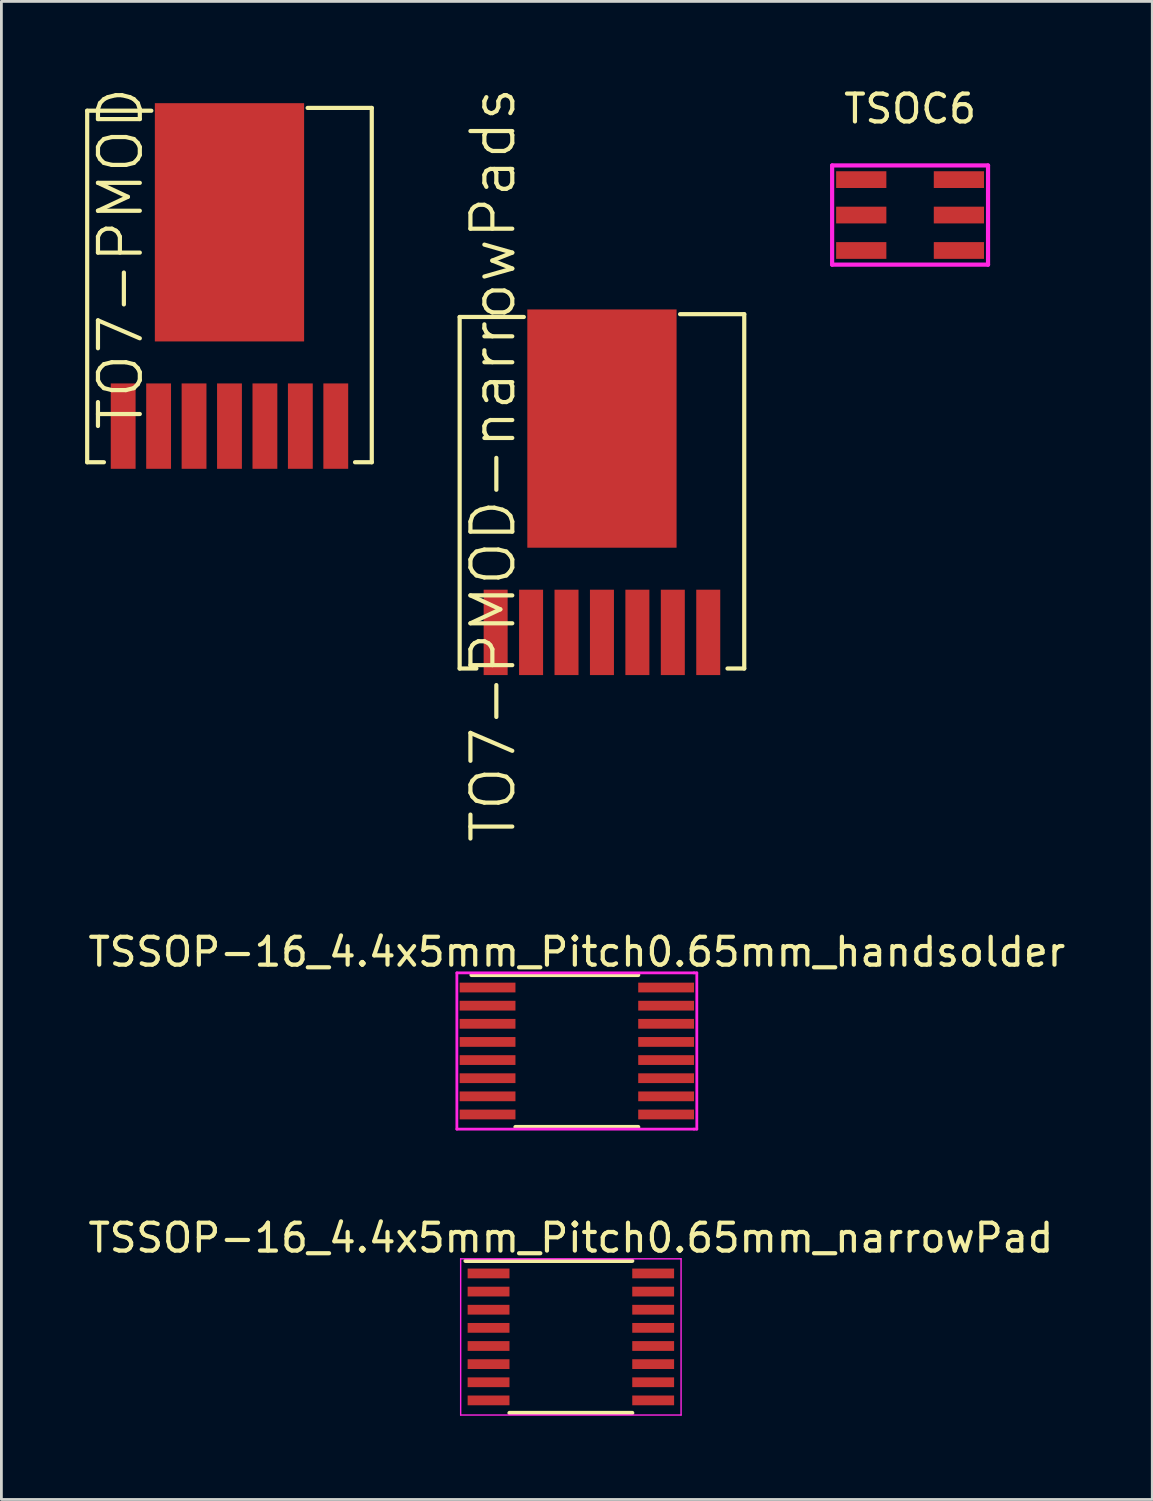
<source format=kicad_pcb>
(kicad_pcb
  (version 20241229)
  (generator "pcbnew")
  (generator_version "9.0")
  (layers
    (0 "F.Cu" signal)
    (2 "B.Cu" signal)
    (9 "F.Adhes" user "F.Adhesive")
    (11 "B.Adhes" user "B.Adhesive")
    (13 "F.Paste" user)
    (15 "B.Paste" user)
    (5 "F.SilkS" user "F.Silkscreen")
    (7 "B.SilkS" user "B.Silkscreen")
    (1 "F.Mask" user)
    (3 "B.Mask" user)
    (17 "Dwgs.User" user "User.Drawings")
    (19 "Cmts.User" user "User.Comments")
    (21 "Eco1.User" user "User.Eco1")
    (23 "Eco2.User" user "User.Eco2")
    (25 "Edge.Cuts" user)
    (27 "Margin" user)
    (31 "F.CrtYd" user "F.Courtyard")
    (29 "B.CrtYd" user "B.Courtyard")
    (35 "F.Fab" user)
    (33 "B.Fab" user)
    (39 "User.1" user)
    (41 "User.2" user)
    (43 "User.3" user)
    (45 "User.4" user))
  (footprint "TSSOP-16_4.4x5mm_Pitch0.65mm_narrowPad"
    (layer "F.Cu")
    (at 17.411 44.868)
    (property "Reference" "TSSOP-16_4.4x5mm_Pitch0.65mm_narrowPad" (at 0 -3.55 0) (layer "F.SilkS") (effects (font (size 1 1) (thickness 0.15))))
    (attr smd)
    (fp_line (start -3.775 -2.725) (end 2.2 -2.725) (stroke (width 0.15) (type solid)) (layer "F.SilkS"))
    (fp_line (start -2.2 2.725) (end 2.2 2.725) (stroke (width 0.15) (type solid)) (layer "F.SilkS"))
    (fp_line (start -3.95 -2.8) (end -3.95 2.8) (stroke (width 0.05) (type solid)) (layer "F.CrtYd"))
    (fp_line (start -3.95 -2.8) (end 3.95 -2.8) (stroke (width 0.05) (type solid)) (layer "F.CrtYd"))
    (fp_line (start -3.95 2.8) (end 3.95 2.8) (stroke (width 0.05) (type solid)) (layer "F.CrtYd"))
    (fp_line (start 3.95 -2.8) (end 3.95 2.8) (stroke (width 0.05) (type solid)) (layer "F.CrtYd"))
    (pad "1" smd rect (at -2.95 -2.275) (size 1.5 0.35) (layers "F.Cu" "F.Mask" "F.Paste"))
    (pad "2" smd rect (at -2.95 -1.625) (size 1.5 0.35) (layers "F.Cu" "F.Mask" "F.Paste"))
    (pad "3" smd rect (at -2.95 -0.975) (size 1.5 0.35) (layers "F.Cu" "F.Mask" "F.Paste"))
    (pad "4" smd rect (at -2.95 -0.325) (size 1.5 0.35) (layers "F.Cu" "F.Mask" "F.Paste"))
    (pad "5" smd rect (at -2.95 0.325) (size 1.5 0.35) (layers "F.Cu" "F.Mask" "F.Paste"))
    (pad "6" smd rect (at -2.95 0.975) (size 1.5 0.35) (layers "F.Cu" "F.Mask" "F.Paste"))
    (pad "7" smd rect (at -2.95 1.625) (size 1.5 0.35) (layers "F.Cu" "F.Mask" "F.Paste"))
    (pad "8" smd rect (at -2.95 2.275) (size 1.5 0.35) (layers "F.Cu" "F.Mask" "F.Paste"))
    (pad "9" smd rect (at 2.95 2.275) (size 1.5 0.35) (layers "F.Cu" "F.Mask" "F.Paste"))
    (pad "10" smd rect (at 2.95 1.625) (size 1.5 0.35) (layers "F.Cu" "F.Mask" "F.Paste"))
    (pad "11" smd rect (at 2.95 0.975) (size 1.5 0.35) (layers "F.Cu" "F.Mask" "F.Paste"))
    (pad "12" smd rect (at 2.95 0.325) (size 1.5 0.35) (layers "F.Cu" "F.Mask" "F.Paste"))
    (pad "13" smd rect (at 2.95 -0.325) (size 1.5 0.35) (layers "F.Cu" "F.Mask" "F.Paste"))
    (pad "14" smd rect (at 2.95 -0.975) (size 1.5 0.35) (layers "F.Cu" "F.Mask" "F.Paste"))
    (pad "15" smd rect (at 2.95 -1.625) (size 1.5 0.35) (layers "F.Cu" "F.Mask" "F.Paste"))
    (pad "16" smd rect (at 2.95 -2.275) (size 1.5 0.35) (layers "F.Cu" "F.Mask" "F.Paste")))
  (footprint "TO7-PMOD-narrowPads"
    (layer "F.Cu")
    (at 18.525 12.311)
    (property "Reference" "TO7-PMOD-narrowPads" (at -3.9 1.3 90) (layer "F.SilkS") (effects (font (size 1.5 1.5) (thickness 0.15))))
    (attr through_hole)
    (fp_line (start -5.1 -4) (end -5.1 8.6) (stroke (width 0.15) (type solid)) (layer "F.SilkS"))
    (fp_line (start -5.1 8.6) (end -4.5 8.6) (stroke (width 0.15) (type solid)) (layer "F.SilkS"))
    (fp_line (start -2.8 -4) (end -5.1 -4) (stroke (width 0.15) (type solid)) (layer "F.SilkS"))
    (fp_line (start 2.8 -4.1) (end 5.1 -4.1) (stroke (width 0.15) (type solid)) (layer "F.SilkS"))
    (fp_line (start 5.1 -4.1) (end 5.1 8.6) (stroke (width 0.15) (type solid)) (layer "F.SilkS"))
    (fp_line (start 5.1 8.6) (end 4.5 8.6) (stroke (width 0.15) (type solid)) (layer "F.SilkS"))
    (pad "1" smd rect (at -3.81 7.305) (size 0.86 3.06) (layers "F.Cu" "F.Mask" "F.Paste"))
    (pad "2" smd rect (at -2.54 7.305) (size 0.86 3.06) (layers "F.Cu" "F.Mask" "F.Paste"))
    (pad "3" smd rect (at -1.27 7.305) (size 0.86 3.06) (layers "F.Cu" "F.Mask" "F.Paste"))
    (pad "4" smd rect (at 0 0) (size 5.35 8.54) (layers "F.Cu" "F.Mask" "F.Paste"))
    (pad "4" smd rect (at 0 7.305) (size 0.86 3.06) (layers "F.Cu" "F.Mask" "F.Paste"))
    (pad "5" smd rect (at 1.27 7.305) (size 0.86 3.06) (layers "F.Cu" "F.Mask" "F.Paste"))
    (pad "6" smd rect (at 2.54 7.305) (size 0.86 3.06) (layers "F.Cu" "F.Mask" "F.Paste"))
    (pad "7" smd rect (at 3.81 7.305) (size 0.86 3.06) (layers "F.Cu" "F.Mask" "F.Paste")))
  (footprint "TSSOP-16_4.4x5mm_Pitch0.65mm_handsolder"
    (layer "F.Cu")
    (at 17.625 34.62)
    (property "Reference" "TSSOP-16_4.4x5mm_Pitch0.65mm_handsolder" (at 0 -3.55 0) (layer "F.SilkS") (effects (font (size 1 1) (thickness 0.15))))
    (attr smd)
    (fp_line (start -3.775 -2.725) (end 2.2 -2.725) (stroke (width 0.15) (type solid)) (layer "F.SilkS"))
    (fp_line (start -2.2 2.725) (end 2.2 2.725) (stroke (width 0.15) (type solid)) (layer "F.SilkS"))
    (fp_line (start -4.3 -2.8) (end -4.3 2.8) (stroke (width 0.1) (type solid)) (layer "F.CrtYd"))
    (fp_line (start -4.3 2.8) (end 4.2 2.8) (stroke (width 0.1) (type solid)) (layer "F.CrtYd"))
    (fp_line (start 4.2 -2.8) (end -4.3 -2.8) (stroke (width 0.1) (type solid)) (layer "F.CrtYd"))
    (fp_line (start 4.2 -2.8) (end 4.3 -2.8) (stroke (width 0.1) (type solid)) (layer "F.CrtYd"))
    (fp_line (start 4.3 -2.8) (end 4.3 2.8) (stroke (width 0.1) (type solid)) (layer "F.CrtYd"))
    (fp_line (start 4.3 2.8) (end 4.2 2.8) (stroke (width 0.1) (type solid)) (layer "F.CrtYd"))
    (pad "1" smd rect (at -3.2 -2.275) (size 2 0.35) (layers "F.Cu" "F.Mask" "F.Paste"))
    (pad "2" smd rect (at -3.2 -1.625) (size 2 0.35) (layers "F.Cu" "F.Mask" "F.Paste"))
    (pad "3" smd rect (at -3.2 -0.975) (size 2 0.35) (layers "F.Cu" "F.Mask" "F.Paste"))
    (pad "4" smd rect (at -3.2 -0.325) (size 2 0.35) (layers "F.Cu" "F.Mask" "F.Paste"))
    (pad "5" smd rect (at -3.2 0.325) (size 2 0.35) (layers "F.Cu" "F.Mask" "F.Paste"))
    (pad "6" smd rect (at -3.2 0.975) (size 2 0.35) (layers "F.Cu" "F.Mask" "F.Paste"))
    (pad "7" smd rect (at -3.2 1.625) (size 2 0.35) (layers "F.Cu" "F.Mask" "F.Paste"))
    (pad "8" smd rect (at -3.2 2.275) (size 2 0.35) (layers "F.Cu" "F.Mask" "F.Paste"))
    (pad "9" smd rect (at 3.2 2.275) (size 2 0.35) (layers "F.Cu" "F.Mask" "F.Paste"))
    (pad "10" smd rect (at 3.2 1.625) (size 2 0.35) (layers "F.Cu" "F.Mask" "F.Paste"))
    (pad "11" smd rect (at 3.2 0.975) (size 2 0.35) (layers "F.Cu" "F.Mask" "F.Paste"))
    (pad "12" smd rect (at 3.2 0.325) (size 2 0.35) (layers "F.Cu" "F.Mask" "F.Paste"))
    (pad "13" smd rect (at 3.2 -0.325) (size 2 0.35) (layers "F.Cu" "F.Mask" "F.Paste"))
    (pad "14" smd rect (at 3.2 -0.975) (size 2 0.35) (layers "F.Cu" "F.Mask" "F.Paste"))
    (pad "15" smd rect (at 3.2 -1.625) (size 2 0.35) (layers "F.Cu" "F.Mask" "F.Paste"))
    (pad "16" smd rect (at 3.2 -2.275) (size 2 0.35) (layers "F.Cu" "F.Mask" "F.Paste")))
  (footprint "TSOC6"
    (layer "F.Cu")
    (at 29.569 4.658)
    (property "Reference" "TSOC6" (at 0 -3.81 0) (layer "F.SilkS") (effects (font (size 1 1) (thickness 0.15))))
    (attr through_hole)
    (fp_line (start -2.794 -1.778) (end -2.794 1.778) (stroke (width 0.15) (type solid)) (layer "F.CrtYd"))
    (fp_line (start -2.794 1.778) (end 2.794 1.778) (stroke (width 0.15) (type solid)) (layer "F.CrtYd"))
    (fp_line (start 2.794 -1.778) (end -2.794 -1.778) (stroke (width 0.15) (type solid)) (layer "F.CrtYd"))
    (fp_line (start 2.794 1.778) (end 2.794 -1.778) (stroke (width 0.15) (type solid)) (layer "F.CrtYd"))
    (pad "1" smd rect (at -1.75 -1.27) (size 1.8 0.6) (layers "F.Cu" "F.Mask" "F.Paste"))
    (pad "2" smd rect (at -1.75 0) (size 1.8 0.6) (layers "F.Cu" "F.Mask" "F.Paste"))
    (pad "3" smd rect (at -1.75 1.27) (size 1.8 0.6) (layers "F.Cu" "F.Mask" "F.Paste"))
    (pad "4" smd rect (at 1.75 1.27) (size 1.8 0.6) (layers "F.Cu" "F.Mask" "F.Paste"))
    (pad "5" smd rect (at 1.75 0) (size 1.8 0.6) (layers "F.Cu" "F.Mask" "F.Paste"))
    (pad "6" smd rect (at 1.75 -1.27) (size 1.8 0.6) (layers "F.Cu" "F.Mask" "F.Paste")))
  (footprint "TO7-PMOD"
    (layer "F.Cu")
    (at 5.175 4.918)
    (property "Reference" "TO7-PMOD" (at -3.9 1.3 90) (layer "F.SilkS") (effects (font (size 1.5 1.5) (thickness 0.15))))
    (attr through_hole)
    (fp_line (start -5.1 -4) (end -5.1 8.6) (stroke (width 0.15) (type solid)) (layer "F.SilkS"))
    (fp_line (start -5.1 8.6) (end -4.5 8.6) (stroke (width 0.15) (type solid)) (layer "F.SilkS"))
    (fp_line (start -2.8 -4) (end -5.1 -4) (stroke (width 0.15) (type solid)) (layer "F.SilkS"))
    (fp_line (start 2.8 -4.1) (end 5.1 -4.1) (stroke (width 0.15) (type solid)) (layer "F.SilkS"))
    (fp_line (start 5.1 -4.1) (end 5.1 8.6) (stroke (width 0.15) (type solid)) (layer "F.SilkS"))
    (fp_line (start 5.1 8.6) (end 4.5 8.6) (stroke (width 0.15) (type solid)) (layer "F.SilkS"))
    (pad "1" smd rect (at -3.81 7.305) (size 0.89 3.06) (layers "F.Cu" "F.Mask" "F.Paste"))
    (pad "2" smd rect (at -2.54 7.305) (size 0.89 3.06) (layers "F.Cu" "F.Mask" "F.Paste"))
    (pad "3" smd rect (at -1.27 7.305) (size 0.89 3.06) (layers "F.Cu" "F.Mask" "F.Paste"))
    (pad "4" smd rect (at 0 0) (size 5.35 8.54) (layers "F.Cu" "F.Mask" "F.Paste"))
    (pad "4" smd rect (at 0 7.305) (size 0.89 3.06) (layers "F.Cu" "F.Mask" "F.Paste"))
    (pad "5" smd rect (at 1.27 7.305) (size 0.89 3.06) (layers "F.Cu" "F.Mask" "F.Paste"))
    (pad "6" smd rect (at 2.54 7.305) (size 0.89 3.06) (layers "F.Cu" "F.Mask" "F.Paste"))
    (pad "7" smd rect (at 3.81 7.305) (size 0.89 3.06) (layers "F.Cu" "F.Mask" "F.Paste")))
  (gr_rect
    (start -3 -3)
    (end 38.25 50.693)
    (stroke (width 0.1) (type default))
    (fill no)
    (layer "Edge.Cuts")))
</source>
